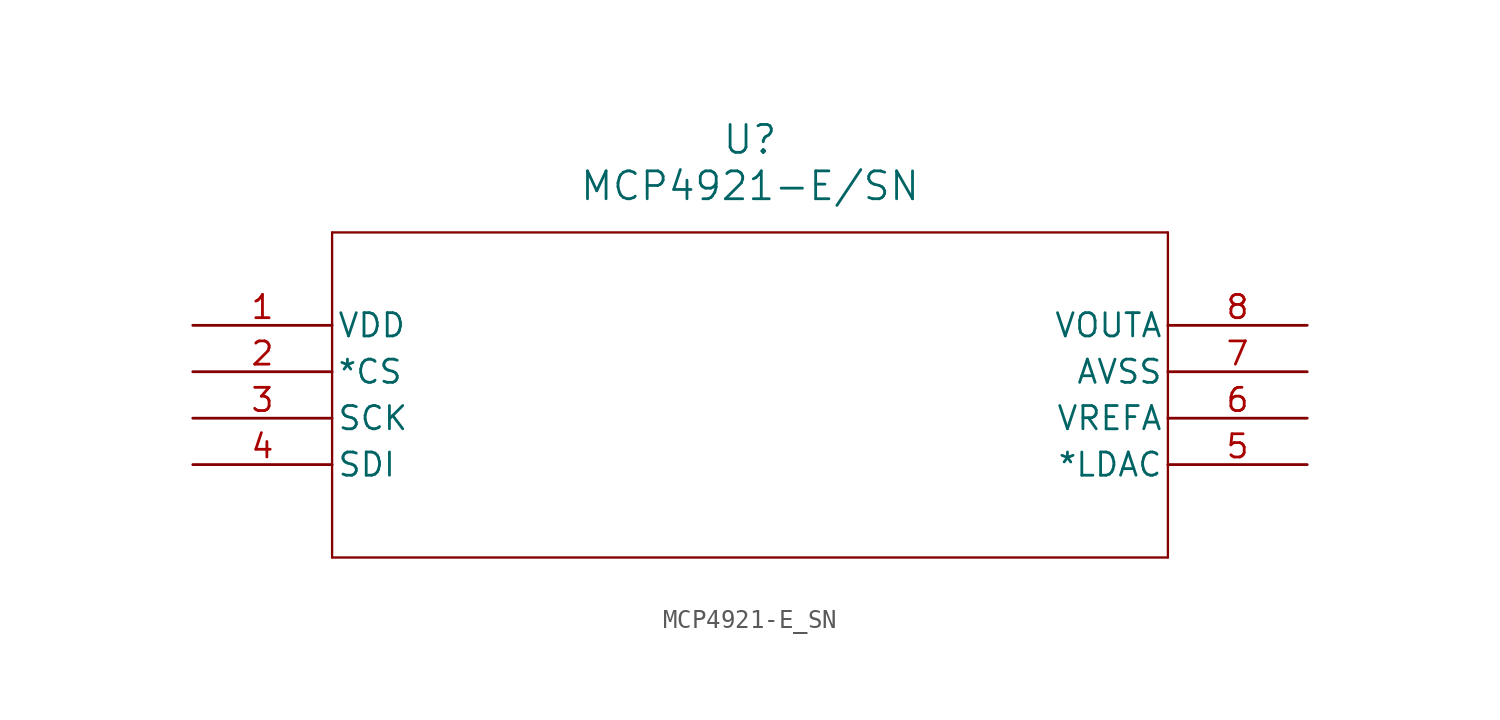
<source format=kicad_sym>
(kicad_symbol_lib
  (version 20211014)
  (generator kicad_symbol_editor)
  (symbol "MCP4921-E_SN"
    (pin_names
      (offset 0.254))
    (property "Reference" "U"
      (at 30.48 10.16 0)
      (effects (font (size 1.524 1.524))))
    (property "Value" "MCP4921-E/SN"
      (at 30.48 7.62 0)
      (effects (font (size 1.524 1.524))))
    (symbol "MCP4921-E_SN_0_1"
      (polyline (pts (xy 7.62 5.08) (xy 7.62 -12.7)) (stroke (width 0.127) (type default) (color 0 0 0 0)) (fill (type none)))
      (polyline (pts (xy 7.62 -12.7) (xy 53.34 -12.7)) (stroke (width 0.127) (type default) (color 0 0 0 0)) (fill (type none)))
      (polyline (pts (xy 53.34 -12.7) (xy 53.34 5.08)) (stroke (width 0.127) (type default) (color 0 0 0 0)) (fill (type none)))
      (polyline (pts (xy 53.34 5.08) (xy 7.62 5.08)) (stroke (width 0.127) (type default) (color 0 0 0 0)) (fill (type none)))
      (pin unspecified line (at 0 0 0) (length 7.62) (name "VDD" (effects (font (size 1.27 1.27)))) (number "1" (effects (font (size 1.27 1.27)))))
      (pin unspecified line (at 0 -2.54 0) (length 7.62) (name "*CS" (effects (font (size 1.27 1.27)))) (number "2" (effects (font (size 1.27 1.27)))))
      (pin unspecified line (at 0 -5.08 0) (length 7.62) (name "SCK" (effects (font (size 1.27 1.27)))) (number "3" (effects (font (size 1.27 1.27)))))
      (pin unspecified line (at 0 -7.62 0) (length 7.62) (name "SDI" (effects (font (size 1.27 1.27)))) (number "4" (effects (font (size 1.27 1.27)))))
      (pin unspecified line (at 60.96 -7.62 180) (length 7.62) (name "*LDAC" (effects (font (size 1.27 1.27)))) (number "5" (effects (font (size 1.27 1.27)))))
      (pin unspecified line (at 60.96 -5.08 180) (length 7.62) (name "VREFA" (effects (font (size 1.27 1.27)))) (number "6" (effects (font (size 1.27 1.27)))))
      (pin unspecified line (at 60.96 -2.54 180) (length 7.62) (name "AVSS" (effects (font (size 1.27 1.27)))) (number "7" (effects (font (size 1.27 1.27)))))
      (pin unspecified line (at 60.96 0 180) (length 7.62) (name "VOUTA" (effects (font (size 1.27 1.27)))) (number "8" (effects (font (size 1.27 1.27))))))))
</source>
